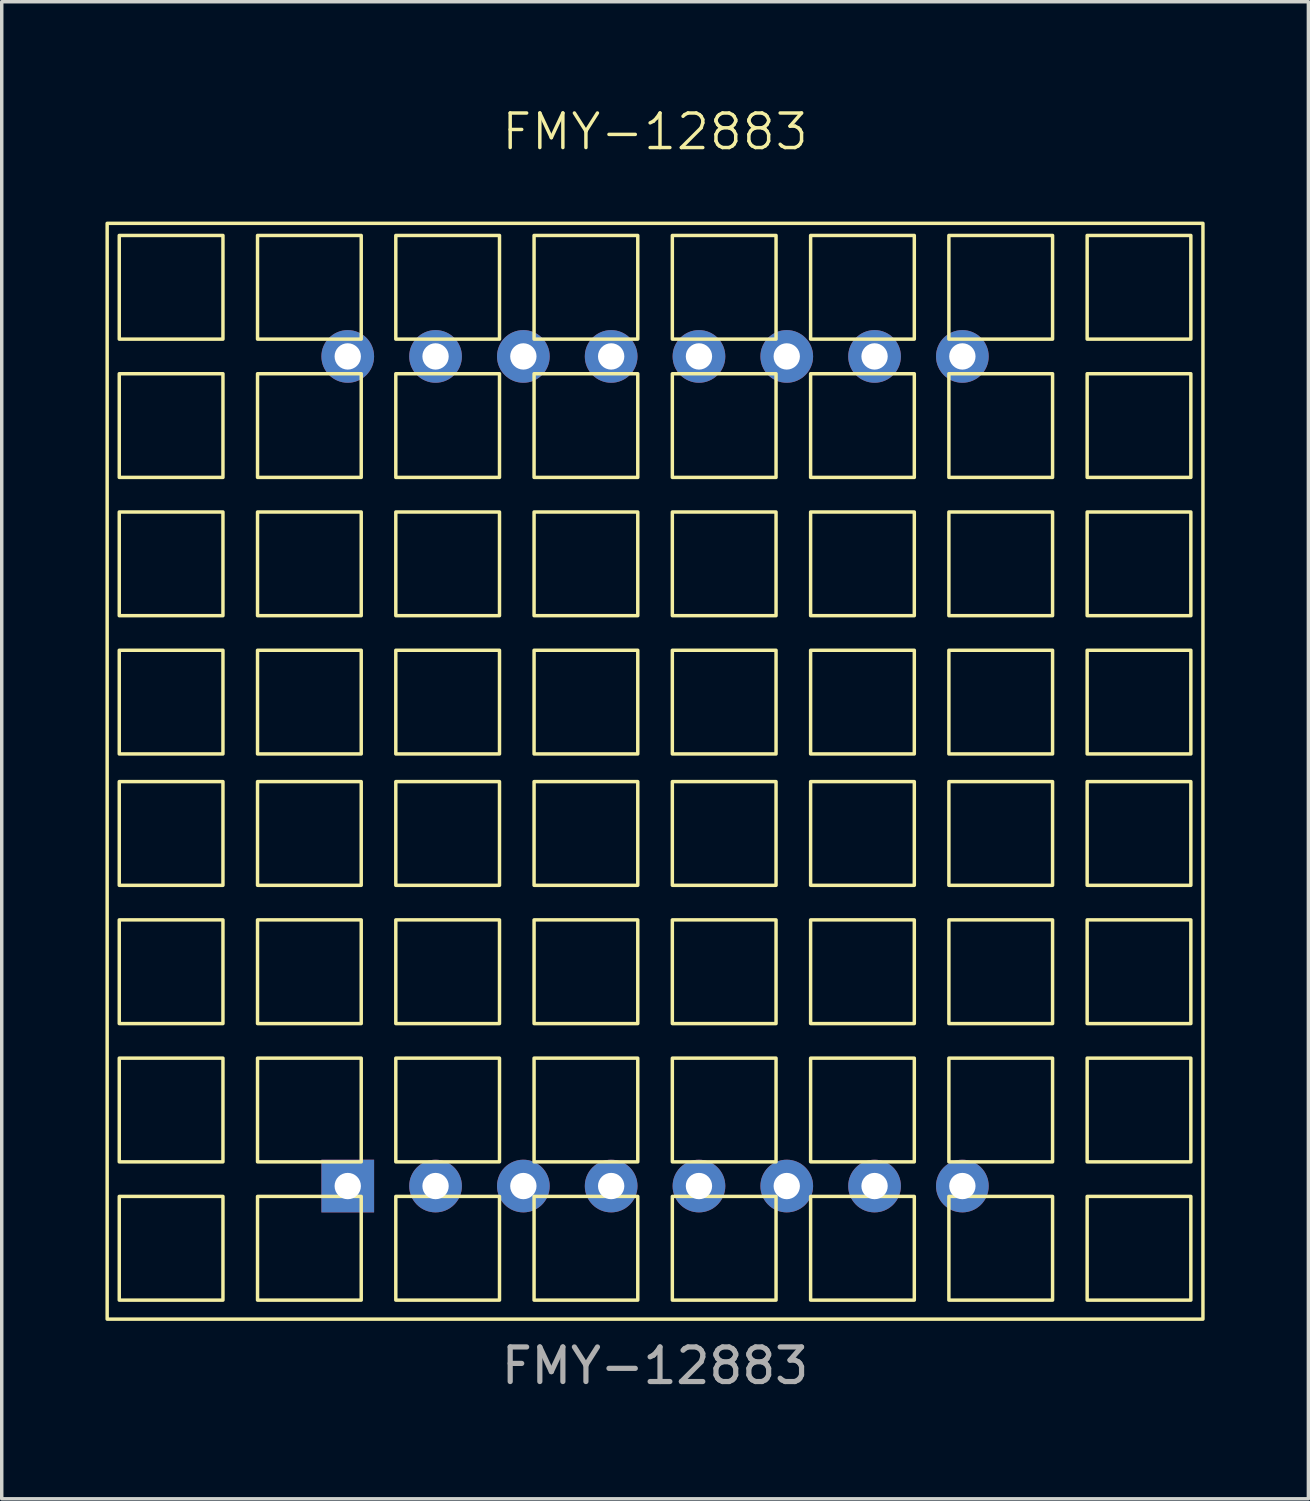
<source format=kicad_pcb>
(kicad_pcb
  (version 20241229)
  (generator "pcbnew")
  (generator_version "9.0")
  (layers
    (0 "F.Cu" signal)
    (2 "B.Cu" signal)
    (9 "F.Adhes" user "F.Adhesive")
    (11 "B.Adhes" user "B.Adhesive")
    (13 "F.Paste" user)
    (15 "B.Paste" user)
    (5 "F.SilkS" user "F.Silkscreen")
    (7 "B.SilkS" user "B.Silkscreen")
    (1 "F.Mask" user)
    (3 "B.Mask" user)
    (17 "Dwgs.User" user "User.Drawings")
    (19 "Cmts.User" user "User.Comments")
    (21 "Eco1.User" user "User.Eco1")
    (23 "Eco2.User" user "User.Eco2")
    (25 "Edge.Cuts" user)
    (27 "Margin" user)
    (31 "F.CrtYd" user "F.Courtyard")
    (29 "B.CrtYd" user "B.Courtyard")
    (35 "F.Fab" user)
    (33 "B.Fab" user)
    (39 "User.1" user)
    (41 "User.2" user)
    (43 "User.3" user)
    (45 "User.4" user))
  (footprint "FMY-12883"
    (layer "F.Cu")
    (at 15.9 19.261)
    (property "Reference" "FMY-12883" (at 0 -18.5 0) (unlocked yes) (layer "F.SilkS") (effects (font (size 1 1) (thickness 0.1))))
    (attr through_hole)
    (fp_rect (start -15.85 -15.85) (end 15.85 15.85) (stroke (width 0.1) (type default)) (fill no) (layer "F.SilkS"))
    (fp_rect (start -15.5 -15.5) (end -12.5 -12.5) (stroke (width 0.1) (type default)) (fill no) (layer "F.SilkS"))
    (fp_rect (start -15.5 -11.5) (end -12.5 -8.5) (stroke (width 0.1) (type default)) (fill no) (layer "F.SilkS"))
    (fp_rect (start -15.5 -7.5) (end -12.5 -4.5) (stroke (width 0.1) (type default)) (fill no) (layer "F.SilkS"))
    (fp_rect (start -15.5 -3.5) (end -12.5 -0.5) (stroke (width 0.1) (type default)) (fill no) (layer "F.SilkS"))
    (fp_rect (start -15.5 0.3) (end -12.5 3.3) (stroke (width 0.1) (type default)) (fill no) (layer "F.SilkS"))
    (fp_rect (start -15.5 4.3) (end -12.5 7.3) (stroke (width 0.1) (type default)) (fill no) (layer "F.SilkS"))
    (fp_rect (start -15.5 8.3) (end -12.5 11.3) (stroke (width 0.1) (type default)) (fill no) (layer "F.SilkS"))
    (fp_rect (start -15.5 12.3) (end -12.5 15.3) (stroke (width 0.1) (type default)) (fill no) (layer "F.SilkS"))
    (fp_rect (start -11.5 -15.5) (end -8.5 -12.5) (stroke (width 0.1) (type default)) (fill no) (layer "F.SilkS"))
    (fp_rect (start -11.5 -11.5) (end -8.5 -8.5) (stroke (width 0.1) (type default)) (fill no) (layer "F.SilkS"))
    (fp_rect (start -11.5 -7.5) (end -8.5 -4.5) (stroke (width 0.1) (type default)) (fill no) (layer "F.SilkS"))
    (fp_rect (start -11.5 -3.5) (end -8.5 -0.5) (stroke (width 0.1) (type default)) (fill no) (layer "F.SilkS"))
    (fp_rect (start -11.5 0.3) (end -8.5 3.3) (stroke (width 0.1) (type default)) (fill no) (layer "F.SilkS"))
    (fp_rect (start -11.5 4.3) (end -8.5 7.3) (stroke (width 0.1) (type default)) (fill no) (layer "F.SilkS"))
    (fp_rect (start -11.5 8.3) (end -8.5 11.3) (stroke (width 0.1) (type default)) (fill no) (layer "F.SilkS"))
    (fp_rect (start -11.5 12.3) (end -8.5 15.3) (stroke (width 0.1) (type default)) (fill no) (layer "F.SilkS"))
    (fp_rect (start -7.5 -15.5) (end -4.5 -12.5) (stroke (width 0.1) (type default)) (fill no) (layer "F.SilkS"))
    (fp_rect (start -7.5 -11.5) (end -4.5 -8.5) (stroke (width 0.1) (type default)) (fill no) (layer "F.SilkS"))
    (fp_rect (start -7.5 -7.5) (end -4.5 -4.5) (stroke (width 0.1) (type default)) (fill no) (layer "F.SilkS"))
    (fp_rect (start -7.5 -3.5) (end -4.5 -0.5) (stroke (width 0.1) (type default)) (fill no) (layer "F.SilkS"))
    (fp_rect (start -7.5 0.3) (end -4.5 3.3) (stroke (width 0.1) (type default)) (fill no) (layer "F.SilkS"))
    (fp_rect (start -7.5 4.3) (end -4.5 7.3) (stroke (width 0.1) (type default)) (fill no) (layer "F.SilkS"))
    (fp_rect (start -7.5 8.3) (end -4.5 11.3) (stroke (width 0.1) (type default)) (fill no) (layer "F.SilkS"))
    (fp_rect (start -7.5 12.3) (end -4.5 15.3) (stroke (width 0.1) (type default)) (fill no) (layer "F.SilkS"))
    (fp_rect (start -3.5 -15.5) (end -0.5 -12.5) (stroke (width 0.1) (type default)) (fill no) (layer "F.SilkS"))
    (fp_rect (start -3.5 -11.5) (end -0.5 -8.5) (stroke (width 0.1) (type default)) (fill no) (layer "F.SilkS"))
    (fp_rect (start -3.5 -7.5) (end -0.5 -4.5) (stroke (width 0.1) (type default)) (fill no) (layer "F.SilkS"))
    (fp_rect (start -3.5 -3.5) (end -0.5 -0.5) (stroke (width 0.1) (type default)) (fill no) (layer "F.SilkS"))
    (fp_rect (start -3.5 0.3) (end -0.5 3.3) (stroke (width 0.1) (type default)) (fill no) (layer "F.SilkS"))
    (fp_rect (start -3.5 4.3) (end -0.5 7.3) (stroke (width 0.1) (type default)) (fill no) (layer "F.SilkS"))
    (fp_rect (start -3.5 8.3) (end -0.5 11.3) (stroke (width 0.1) (type default)) (fill no) (layer "F.SilkS"))
    (fp_rect (start -3.5 12.3) (end -0.5 15.3) (stroke (width 0.1) (type default)) (fill no) (layer "F.SilkS"))
    (fp_rect (start 0.5 -15.5) (end 3.5 -12.5) (stroke (width 0.1) (type default)) (fill no) (layer "F.SilkS"))
    (fp_rect (start 0.5 -11.5) (end 3.5 -8.5) (stroke (width 0.1) (type default)) (fill no) (layer "F.SilkS"))
    (fp_rect (start 0.5 -7.5) (end 3.5 -4.5) (stroke (width 0.1) (type default)) (fill no) (layer "F.SilkS"))
    (fp_rect (start 0.5 -3.5) (end 3.5 -0.5) (stroke (width 0.1) (type default)) (fill no) (layer "F.SilkS"))
    (fp_rect (start 0.5 0.3) (end 3.5 3.3) (stroke (width 0.1) (type default)) (fill no) (layer "F.SilkS"))
    (fp_rect (start 0.5 4.3) (end 3.5 7.3) (stroke (width 0.1) (type default)) (fill no) (layer "F.SilkS"))
    (fp_rect (start 0.5 8.3) (end 3.5 11.3) (stroke (width 0.1) (type default)) (fill no) (layer "F.SilkS"))
    (fp_rect (start 0.5 12.3) (end 3.5 15.3) (stroke (width 0.1) (type default)) (fill no) (layer "F.SilkS"))
    (fp_rect (start 4.5 -15.5) (end 7.5 -12.5) (stroke (width 0.1) (type default)) (fill no) (layer "F.SilkS"))
    (fp_rect (start 4.5 -11.5) (end 7.5 -8.5) (stroke (width 0.1) (type default)) (fill no) (layer "F.SilkS"))
    (fp_rect (start 4.5 -7.5) (end 7.5 -4.5) (stroke (width 0.1) (type default)) (fill no) (layer "F.SilkS"))
    (fp_rect (start 4.5 -3.5) (end 7.5 -0.5) (stroke (width 0.1) (type default)) (fill no) (layer "F.SilkS"))
    (fp_rect (start 4.5 0.3) (end 7.5 3.3) (stroke (width 0.1) (type default)) (fill no) (layer "F.SilkS"))
    (fp_rect (start 4.5 4.3) (end 7.5 7.3) (stroke (width 0.1) (type default)) (fill no) (layer "F.SilkS"))
    (fp_rect (start 4.5 8.3) (end 7.5 11.3) (stroke (width 0.1) (type default)) (fill no) (layer "F.SilkS"))
    (fp_rect (start 4.5 12.3) (end 7.5 15.3) (stroke (width 0.1) (type default)) (fill no) (layer "F.SilkS"))
    (fp_rect (start 8.5 -15.5) (end 11.5 -12.5) (stroke (width 0.1) (type default)) (fill no) (layer "F.SilkS"))
    (fp_rect (start 8.5 -11.5) (end 11.5 -8.5) (stroke (width 0.1) (type default)) (fill no) (layer "F.SilkS"))
    (fp_rect (start 8.5 -7.5) (end 11.5 -4.5) (stroke (width 0.1) (type default)) (fill no) (layer "F.SilkS"))
    (fp_rect (start 8.5 -3.5) (end 11.5 -0.5) (stroke (width 0.1) (type default)) (fill no) (layer "F.SilkS"))
    (fp_rect (start 8.5 0.3) (end 11.5 3.3) (stroke (width 0.1) (type default)) (fill no) (layer "F.SilkS"))
    (fp_rect (start 8.5 4.3) (end 11.5 7.3) (stroke (width 0.1) (type default)) (fill no) (layer "F.SilkS"))
    (fp_rect (start 8.5 8.3) (end 11.5 11.3) (stroke (width 0.1) (type default)) (fill no) (layer "F.SilkS"))
    (fp_rect (start 8.5 12.3) (end 11.5 15.3) (stroke (width 0.1) (type default)) (fill no) (layer "F.SilkS"))
    (fp_rect (start 12.5 -15.5) (end 15.5 -12.5) (stroke (width 0.1) (type default)) (fill no) (layer "F.SilkS"))
    (fp_rect (start 12.5 -11.5) (end 15.5 -8.5) (stroke (width 0.1) (type default)) (fill no) (layer "F.SilkS"))
    (fp_rect (start 12.5 -7.5) (end 15.5 -4.5) (stroke (width 0.1) (type default)) (fill no) (layer "F.SilkS"))
    (fp_rect (start 12.5 -3.5) (end 15.5 -0.5) (stroke (width 0.1) (type default)) (fill no) (layer "F.SilkS"))
    (fp_rect (start 12.5 0.3) (end 15.5 3.3) (stroke (width 0.1) (type default)) (fill no) (layer "F.SilkS"))
    (fp_rect (start 12.5 4.3) (end 15.5 7.3) (stroke (width 0.1) (type default)) (fill no) (layer "F.SilkS"))
    (fp_rect (start 12.5 8.3) (end 15.5 11.3) (stroke (width 0.1) (type default)) (fill no) (layer "F.SilkS"))
    (fp_rect (start 12.5 12.3) (end 15.5 15.3) (stroke (width 0.1) (type default)) (fill no) (layer "F.SilkS"))
    (fp_text user "${REFERENCE}" (at 0 17.2 0) (unlocked yes) (layer "F.Fab") (effects (font (size 1 1) (thickness 0.15))))
    (pad "1" thru_hole rect (at -8.89 12) (size 1.524 1.524) (drill 0.762) (layers "*.Cu" "*.Mask"))
    (pad "2" thru_hole circle (at -6.35 12) (size 1.524 1.524) (drill 0.762) (layers "*.Cu" "*.Mask"))
    (pad "3" thru_hole circle (at -3.81 12) (size 1.524 1.524) (drill 0.762) (layers "*.Cu" "*.Mask"))
    (pad "4" thru_hole circle (at -1.27 12) (size 1.524 1.524) (drill 0.762) (layers "*.Cu" "*.Mask"))
    (pad "5" thru_hole circle (at 1.27 12) (size 1.524 1.524) (drill 0.762) (layers "*.Cu" "*.Mask"))
    (pad "6" thru_hole circle (at 3.81 12) (size 1.524 1.524) (drill 0.762) (layers "*.Cu" "*.Mask"))
    (pad "7" thru_hole circle (at 6.35 12) (size 1.524 1.524) (drill 0.762) (layers "*.Cu" "*.Mask"))
    (pad "8" thru_hole circle (at 8.89 12) (size 1.524 1.524) (drill 0.762) (layers "*.Cu" "*.Mask"))
    (pad "9" thru_hole circle (at 8.89 -12) (size 1.524 1.524) (drill 0.762) (layers "*.Cu" "*.Mask"))
    (pad "10" thru_hole circle (at 6.35 -12) (size 1.524 1.524) (drill 0.762) (layers "*.Cu" "*.Mask"))
    (pad "11" thru_hole circle (at 3.81 -12) (size 1.524 1.524) (drill 0.762) (layers "*.Cu" "*.Mask"))
    (pad "12" thru_hole circle (at 1.27 -12) (size 1.524 1.524) (drill 0.762) (layers "*.Cu" "*.Mask"))
    (pad "13" thru_hole circle (at -1.27 -12) (size 1.524 1.524) (drill 0.762) (layers "*.Cu" "*.Mask"))
    (pad "14" thru_hole circle (at -3.81 -12) (size 1.524 1.524) (drill 0.762) (layers "*.Cu" "*.Mask"))
    (pad "15" thru_hole circle (at -6.35 -12) (size 1.524 1.524) (drill 0.762) (layers "*.Cu" "*.Mask"))
    (pad "16" thru_hole circle (at -8.89 -12) (size 1.524 1.524) (drill 0.762) (layers "*.Cu" "*.Mask")))
  (gr_rect
    (start -3 -3)
    (end 34.8 40.309)
    (stroke (width 0.1) (type default))
    (fill no)
    (layer "Edge.Cuts")))
</source>
